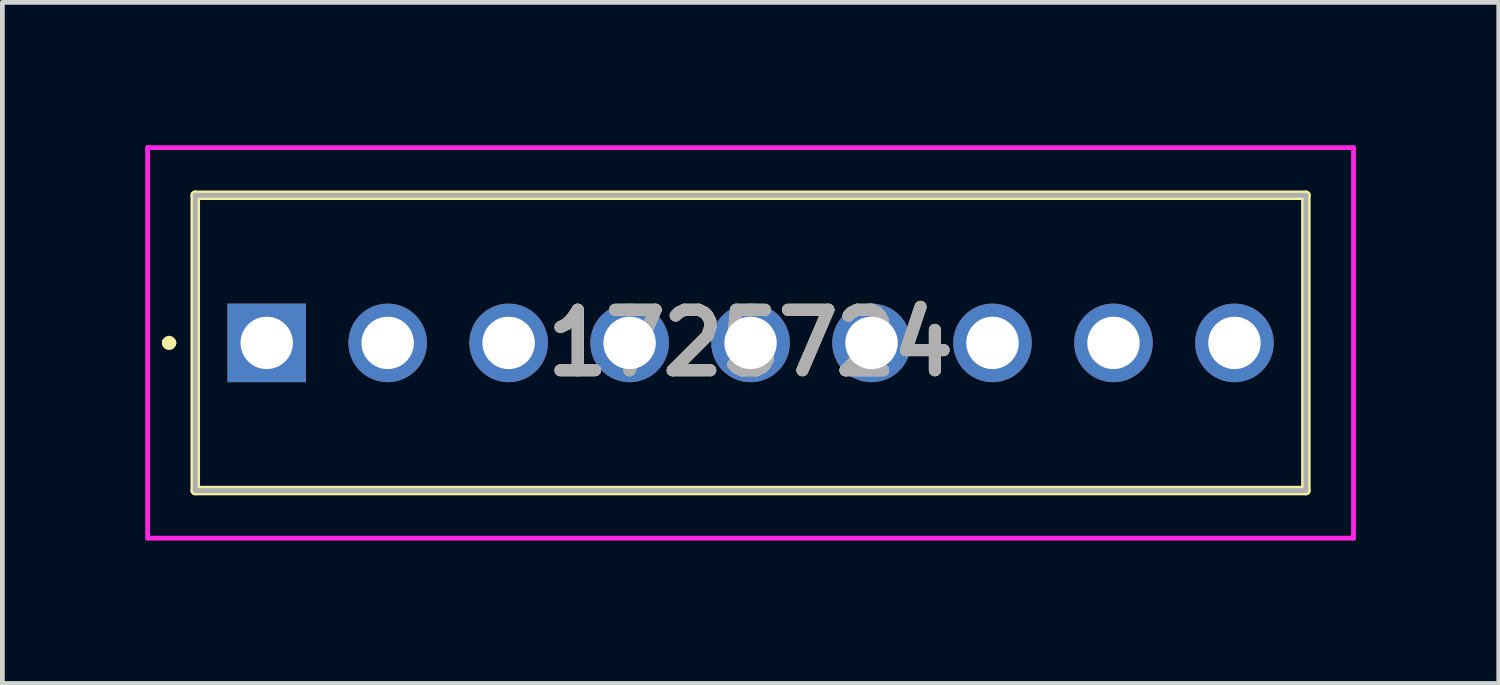
<source format=kicad_pcb>
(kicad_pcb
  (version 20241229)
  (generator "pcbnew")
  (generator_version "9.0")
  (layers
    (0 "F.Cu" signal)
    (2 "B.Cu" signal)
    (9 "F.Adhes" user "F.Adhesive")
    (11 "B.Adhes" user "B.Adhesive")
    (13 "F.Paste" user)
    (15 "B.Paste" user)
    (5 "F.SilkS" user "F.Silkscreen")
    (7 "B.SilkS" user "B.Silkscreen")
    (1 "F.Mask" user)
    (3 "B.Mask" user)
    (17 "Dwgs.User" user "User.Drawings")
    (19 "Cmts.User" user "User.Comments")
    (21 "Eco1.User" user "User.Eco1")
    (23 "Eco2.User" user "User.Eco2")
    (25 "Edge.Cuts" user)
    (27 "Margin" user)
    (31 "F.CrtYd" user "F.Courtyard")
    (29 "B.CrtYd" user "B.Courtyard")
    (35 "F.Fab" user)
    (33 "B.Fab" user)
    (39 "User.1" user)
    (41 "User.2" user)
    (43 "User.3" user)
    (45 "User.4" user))
  (footprint "1725724"
    (layer "F.Cu")
    (at 2.55 4.15)
    (property "Reference" "1725724" (at 10.16 0 0) (layer "F.SilkS") (effects (font (size 1.27 1.27) (thickness 0.254))))
    (attr through_hole)
    (fp_line (start -2.1 0) (end -2.1 0) (stroke (width 0.2) (type solid)) (layer "F.SilkS"))
    (fp_line (start -2.1 0) (end -2 0) (stroke (width 0.2) (type solid)) (layer "F.SilkS"))
    (fp_line (start -2 0) (end -2 0) (stroke (width 0.2) (type solid)) (layer "F.SilkS"))
    (fp_line (start -1.5 -3.1) (end 21.82 -3.1) (stroke (width 0.2) (type solid)) (layer "F.SilkS"))
    (fp_line (start -1.5 3.1) (end -1.5 -3.1) (stroke (width 0.2) (type solid)) (layer "F.SilkS"))
    (fp_line (start 21.82 -3.1) (end 21.82 3.1) (stroke (width 0.2) (type solid)) (layer "F.SilkS"))
    (fp_line (start 21.82 3.1) (end -1.5 3.1) (stroke (width 0.2) (type solid)) (layer "F.SilkS"))
    (fp_arc (start -2.1 0) (mid -2.05 -0.05) (end -2 0) (stroke (width 0.2) (type solid)) (layer "F.SilkS"))
    (fp_arc (start -2 0) (mid -2.05 0.05) (end -2.1 0) (stroke (width 0.2) (type solid)) (layer "F.SilkS"))
    (fp_line (start -2.5 -4.1) (end 22.82 -4.1) (stroke (width 0.1) (type solid)) (layer "F.CrtYd"))
    (fp_line (start -2.5 4.1) (end -2.5 -4.1) (stroke (width 0.1) (type solid)) (layer "F.CrtYd"))
    (fp_line (start 22.82 -4.1) (end 22.82 4.1) (stroke (width 0.1) (type solid)) (layer "F.CrtYd"))
    (fp_line (start 22.82 4.1) (end -2.5 4.1) (stroke (width 0.1) (type solid)) (layer "F.CrtYd"))
    (fp_line (start -1.5 -3.1) (end 21.82 -3.1) (stroke (width 0.1) (type solid)) (layer "F.Fab"))
    (fp_line (start -1.5 3.1) (end -1.5 -3.1) (stroke (width 0.1) (type solid)) (layer "F.Fab"))
    (fp_line (start 21.82 -3.1) (end 21.82 3.1) (stroke (width 0.1) (type solid)) (layer "F.Fab"))
    (fp_line (start 21.82 3.1) (end -1.5 3.1) (stroke (width 0.1) (type solid)) (layer "F.Fab"))
    (fp_text user "${REFERENCE}" (at 10.16 0 0) (layer "F.Fab") (effects (font (size 1.27 1.27) (thickness 0.254))))
    (pad "1" thru_hole rect (at 0 0) (size 1.65 1.65) (drill 1.1) (layers "*.Cu" "*.Mask"))
    (pad "2" thru_hole circle (at 2.54 0) (size 1.65 1.65) (drill 1.1) (layers "*.Cu" "*.Mask"))
    (pad "3" thru_hole circle (at 5.08 0) (size 1.65 1.65) (drill 1.1) (layers "*.Cu" "*.Mask"))
    (pad "4" thru_hole circle (at 7.62 0) (size 1.65 1.65) (drill 1.1) (layers "*.Cu" "*.Mask"))
    (pad "5" thru_hole circle (at 10.16 0) (size 1.65 1.65) (drill 1.1) (layers "*.Cu" "*.Mask"))
    (pad "6" thru_hole circle (at 12.7 0) (size 1.65 1.65) (drill 1.1) (layers "*.Cu" "*.Mask"))
    (pad "7" thru_hole circle (at 15.24 0) (size 1.65 1.65) (drill 1.1) (layers "*.Cu" "*.Mask"))
    (pad "8" thru_hole circle (at 17.78 0) (size 1.65 1.65) (drill 1.1) (layers "*.Cu" "*.Mask"))
    (pad "9" thru_hole circle (at 20.32 0) (size 1.65 1.65) (drill 1.1) (layers "*.Cu" "*.Mask")))
  (gr_rect
    (start -3 -3)
    (end 28.42 11.3)
    (stroke (width 0.1) (type default))
    (fill no)
    (layer "Edge.Cuts")))
</source>
